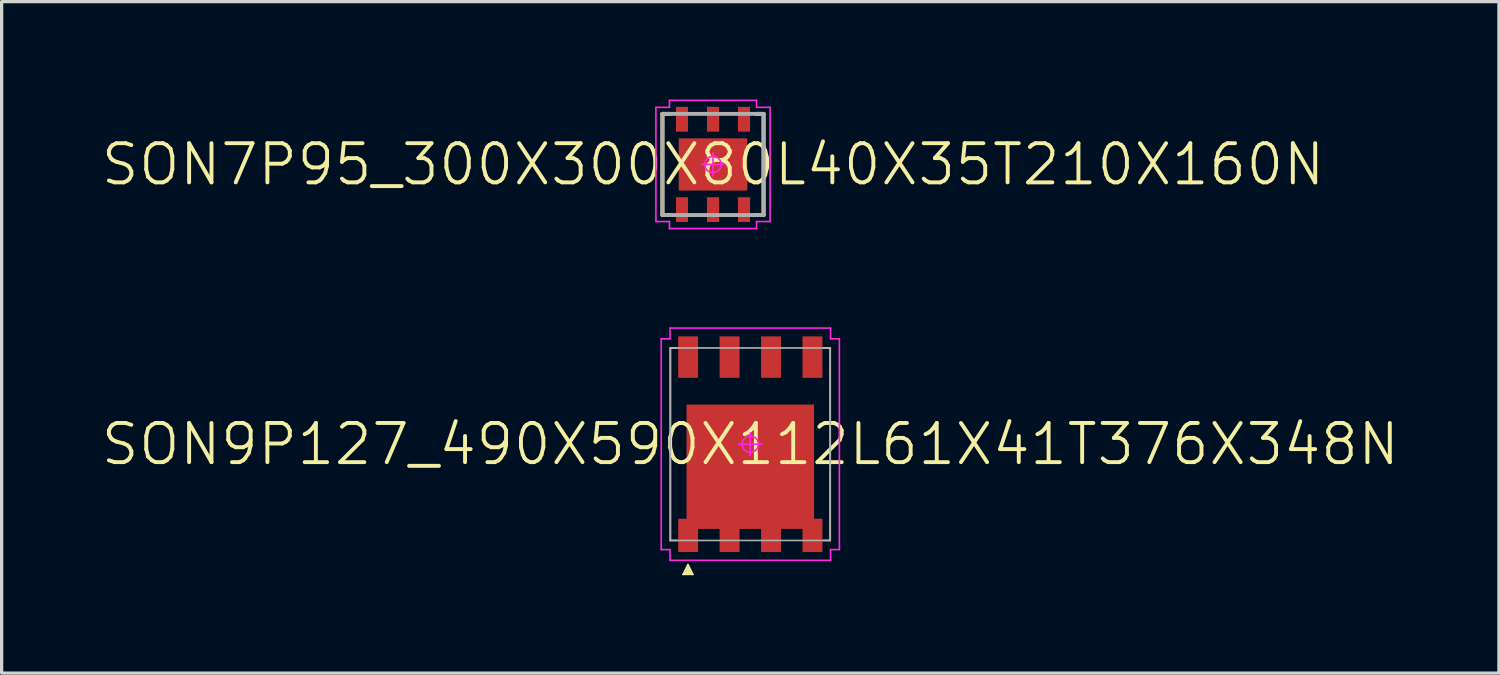
<source format=kicad_pcb>
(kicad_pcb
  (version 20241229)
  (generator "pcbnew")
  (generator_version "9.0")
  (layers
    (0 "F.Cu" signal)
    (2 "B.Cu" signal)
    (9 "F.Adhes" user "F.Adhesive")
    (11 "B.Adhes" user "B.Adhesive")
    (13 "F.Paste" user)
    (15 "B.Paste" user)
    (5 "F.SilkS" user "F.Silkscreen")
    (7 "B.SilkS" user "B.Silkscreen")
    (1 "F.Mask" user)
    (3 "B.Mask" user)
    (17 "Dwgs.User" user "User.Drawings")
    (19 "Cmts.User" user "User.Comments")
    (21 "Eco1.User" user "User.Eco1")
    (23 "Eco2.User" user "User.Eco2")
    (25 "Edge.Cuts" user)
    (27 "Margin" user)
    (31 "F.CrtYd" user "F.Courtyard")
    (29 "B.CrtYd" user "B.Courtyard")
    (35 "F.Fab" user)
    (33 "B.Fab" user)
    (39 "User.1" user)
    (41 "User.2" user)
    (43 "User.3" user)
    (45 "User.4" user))
  (footprint "SON7P95_300X300X80L40X35T210X160N"
    (layer "F.Cu")
    (at 18.803 1.99)
    (property "Reference" "SON7P95_300X300X80L40X35T210X160N" (at 0 0 0) (layer "F.SilkS") (effects (font (size 1.2 1.2) (thickness 0.12))))
    (attr smd)
    (fp_line (start -1.55 -1.55) (end -1.315 -1.55) (stroke (width 0.12) (type solid)) (layer "F.SilkS"))
    (fp_line (start -1.55 1.55) (end -1.55 -1.55) (stroke (width 0.12) (type solid)) (layer "F.SilkS"))
    (fp_line (start -1.315 1.55) (end -1.55 1.55) (stroke (width 0.12) (type solid)) (layer "F.SilkS"))
    (fp_line (start 1.315 1.55) (end 1.55 1.55) (stroke (width 0.12) (type solid)) (layer "F.SilkS"))
    (fp_line (start 1.55 -1.55) (end 1.315 -1.55) (stroke (width 0.12) (type solid)) (layer "F.SilkS"))
    (fp_line (start 1.55 1.55) (end 1.55 -1.55) (stroke (width 0.12) (type solid)) (layer "F.SilkS"))
    (fp_line (start -1.75 -1.75) (end -1.75 1.75) (stroke (width 0.05) (type solid)) (layer "F.CrtYd"))
    (fp_line (start -1.75 1.75) (end -1.335 1.75) (stroke (width 0.05) (type solid)) (layer "F.CrtYd"))
    (fp_line (start -1.335 -1.965) (end -1.335 -1.75) (stroke (width 0.05) (type solid)) (layer "F.CrtYd"))
    (fp_line (start -1.335 -1.75) (end -1.75 -1.75) (stroke (width 0.05) (type solid)) (layer "F.CrtYd"))
    (fp_line (start -1.335 1.75) (end -1.335 1.965) (stroke (width 0.05) (type solid)) (layer "F.CrtYd"))
    (fp_line (start -1.335 1.965) (end 1.335 1.965) (stroke (width 0.05) (type solid)) (layer "F.CrtYd"))
    (fp_line (start -0.35 0) (end 0.35 0) (stroke (width 0.05) (type solid)) (layer "F.CrtYd"))
    (fp_line (start 0 -0.35) (end 0 0.35) (stroke (width 0.05) (type solid)) (layer "F.CrtYd"))
    (fp_line (start 1.335 -1.965) (end -1.335 -1.965) (stroke (width 0.05) (type solid)) (layer "F.CrtYd"))
    (fp_line (start 1.335 -1.75) (end 1.335 -1.965) (stroke (width 0.05) (type solid)) (layer "F.CrtYd"))
    (fp_line (start 1.335 1.75) (end 1.75 1.75) (stroke (width 0.05) (type solid)) (layer "F.CrtYd"))
    (fp_line (start 1.335 1.965) (end 1.335 1.75) (stroke (width 0.05) (type solid)) (layer "F.CrtYd"))
    (fp_line (start 1.75 -1.75) (end 1.335 -1.75) (stroke (width 0.05) (type solid)) (layer "F.CrtYd"))
    (fp_line (start 1.75 1.75) (end 1.75 -1.75) (stroke (width 0.05) (type solid)) (layer "F.CrtYd"))
    (fp_circle (center 0 0) (end 0 0.25) (stroke (width 0.05) (type solid)) (fill no) (layer "F.CrtYd"))
    (fp_line (start -1.55 -1.55) (end 1.55 -1.55) (stroke (width 0.12) (type solid)) (layer "F.Fab"))
    (fp_line (start -1.55 1.55) (end -1.55 -1.55) (stroke (width 0.12) (type solid)) (layer "F.Fab"))
    (fp_line (start 1.55 -1.55) (end 1.55 1.55) (stroke (width 0.12) (type solid)) (layer "F.Fab"))
    (fp_line (start 1.55 1.55) (end -1.55 1.55) (stroke (width 0.12) (type solid)) (layer "F.Fab"))
    (pad "1" smd rect (at -0.95 1.385 90) (size 0.76 0.37) (layers "F.Cu" "F.Mask" "F.Paste"))
    (pad "2" smd rect (at 0 1.385 90) (size 0.76 0.37) (layers "F.Cu" "F.Mask" "F.Paste"))
    (pad "3" smd rect (at 0.95 1.385 90) (size 0.76 0.37) (layers "F.Cu" "F.Mask" "F.Paste"))
    (pad "4" smd rect (at 0.95 -1.385 90) (size 0.76 0.37) (layers "F.Cu" "F.Mask" "F.Paste"))
    (pad "5" smd rect (at 0 -1.385 90) (size 0.76 0.37) (layers "F.Cu" "F.Mask" "F.Paste"))
    (pad "6" smd rect (at -0.95 -1.385 90) (size 0.76 0.37) (layers "F.Cu" "F.Mask" "F.Paste"))
    (pad "7" smd rect (at 0 0 90) (size 1.6 2.1) (layers "F.Cu" "F.Mask")))
  (footprint "SON9P127_490X590X112L61X41T376X348N"
    (layer "F.Cu")
    (at 19.946 10.565)
    (property "Reference" "SON9P127_490X590X112L61X41T376X348N" (at 0 0 0) (layer "F.SilkS") (effects (font (size 1.2 1.2) (thickness 0.12))))
    (attr smd)
    (fp_line (start -2.45 -2.95) (end -2.45 2.95) (stroke (width 0.05) (type solid)) (layer "F.SilkS"))
    (fp_line (start -2.45 -2.95) (end -2.24 -2.95) (stroke (width 0.05) (type solid)) (layer "F.SilkS"))
    (fp_line (start -2.45 2.95) (end -2.24 2.95) (stroke (width 0.05) (type solid)) (layer "F.SilkS"))
    (fp_line (start -2.06 3.99) (end -1.76 3.99) (stroke (width 0.05) (type solid)) (layer "F.SilkS"))
    (fp_line (start -2 3.93) (end -2 3.96) (stroke (width 0.05) (type solid)) (layer "F.SilkS"))
    (fp_line (start -1.97 3.87) (end -1.97 3.96) (stroke (width 0.05) (type solid)) (layer "F.SilkS"))
    (fp_line (start -1.94 3.81) (end -1.94 3.96) (stroke (width 0.05) (type solid)) (layer "F.SilkS"))
    (fp_line (start -1.91 3.69) (end -2.06 3.99) (stroke (width 0.05) (type solid)) (layer "F.SilkS"))
    (fp_line (start -1.91 3.75) (end -1.91 3.96) (stroke (width 0.05) (type solid)) (layer "F.SilkS"))
    (fp_line (start -1.88 3.81) (end -1.88 3.96) (stroke (width 0.05) (type solid)) (layer "F.SilkS"))
    (fp_line (start -1.85 3.87) (end -1.85 3.96) (stroke (width 0.05) (type solid)) (layer "F.SilkS"))
    (fp_line (start -1.82 3.93) (end -1.82 3.96) (stroke (width 0.05) (type solid)) (layer "F.SilkS"))
    (fp_line (start -1.76 3.99) (end -1.91 3.69) (stroke (width 0.05) (type solid)) (layer "F.SilkS"))
    (fp_line (start 2.45 -2.95) (end 2.24 -2.95) (stroke (width 0.05) (type solid)) (layer "F.SilkS"))
    (fp_line (start 2.45 2.95) (end 2.24 2.95) (stroke (width 0.05) (type solid)) (layer "F.SilkS"))
    (fp_line (start 2.45 2.95) (end 2.45 -2.95) (stroke (width 0.05) (type solid)) (layer "F.SilkS"))
    (fp_line (start -2.73 -3.23) (end -2.73 3.23) (stroke (width 0.05) (type solid)) (layer "F.CrtYd"))
    (fp_line (start -2.73 3.23) (end -2.46 3.23) (stroke (width 0.05) (type solid)) (layer "F.CrtYd"))
    (fp_line (start -2.46 -3.56) (end -2.46 -3.23) (stroke (width 0.05) (type solid)) (layer "F.CrtYd"))
    (fp_line (start -2.46 -3.23) (end -2.73 -3.23) (stroke (width 0.05) (type solid)) (layer "F.CrtYd"))
    (fp_line (start -2.46 3.23) (end -2.46 3.56) (stroke (width 0.05) (type solid)) (layer "F.CrtYd"))
    (fp_line (start -2.46 3.56) (end 2.46 3.56) (stroke (width 0.05) (type solid)) (layer "F.CrtYd"))
    (fp_line (start -0.35 0) (end 0.35 0) (stroke (width 0.05) (type solid)) (layer "F.CrtYd"))
    (fp_line (start 0 -0.35) (end 0 0.35) (stroke (width 0.05) (type solid)) (layer "F.CrtYd"))
    (fp_line (start 2.46 -3.56) (end -2.46 -3.56) (stroke (width 0.05) (type solid)) (layer "F.CrtYd"))
    (fp_line (start 2.46 -3.23) (end 2.46 -3.56) (stroke (width 0.05) (type solid)) (layer "F.CrtYd"))
    (fp_line (start 2.46 3.23) (end 2.73 3.23) (stroke (width 0.05) (type solid)) (layer "F.CrtYd"))
    (fp_line (start 2.46 3.56) (end 2.46 3.23) (stroke (width 0.05) (type solid)) (layer "F.CrtYd"))
    (fp_line (start 2.73 -3.23) (end 2.46 -3.23) (stroke (width 0.05) (type solid)) (layer "F.CrtYd"))
    (fp_line (start 2.73 3.23) (end 2.73 -3.23) (stroke (width 0.05) (type solid)) (layer "F.CrtYd"))
    (fp_circle (center 0 0) (end 0 0.25) (stroke (width 0.05) (type solid)) (fill no) (layer "F.CrtYd"))
    (fp_line (start -2.45 -2.95) (end -2.45 2.95) (stroke (width 0.05) (type solid)) (layer "F.Fab"))
    (fp_line (start -2.45 2.95) (end 2.45 2.95) (stroke (width 0.05) (type solid)) (layer "F.Fab"))
    (fp_line (start 2.45 -2.95) (end -2.45 -2.95) (stroke (width 0.05) (type solid)) (layer "F.Fab"))
    (fp_line (start 2.45 2.95) (end 2.45 -2.95) (stroke (width 0.05) (type solid)) (layer "F.Fab"))
    (pad "1" smd rect (at -1.905 2.795) (size 0.61 1.02) (layers "F.Cu" "F.Mask"))
    (pad "2" smd rect (at -0.635 2.795) (size 0.61 1.02) (layers "F.Cu" "F.Mask"))
    (pad "3" smd rect (at 0.635 2.795) (size 0.61 1.02) (layers "F.Cu" "F.Mask"))
    (pad "4" smd rect (at 1.905 2.795) (size 0.61 1.02) (layers "F.Cu" "F.Mask"))
    (pad "5" smd rect (at 1.905 -2.67) (size 0.61 1.27) (layers "F.Cu" "F.Mask"))
    (pad "6" smd rect (at 0.635 -2.67) (size 0.61 1.27) (layers "F.Cu" "F.Mask"))
    (pad "7" smd rect (at -0.635 -2.67) (size 0.61 1.27) (layers "F.Cu" "F.Mask"))
    (pad "8" smd rect (at -1.905 -2.67) (size 0.61 1.27) (layers "F.Cu" "F.Mask"))
    (pad "9" smd rect (at 0 0.69) (size 3.91 3.81) (layers "F.Cu" "F.Mask")))
  (gr_rect
    (start -3 -3)
    (end 42.891 17.58)
    (stroke (width 0.1) (type default))
    (fill no)
    (layer "Edge.Cuts")))
</source>
